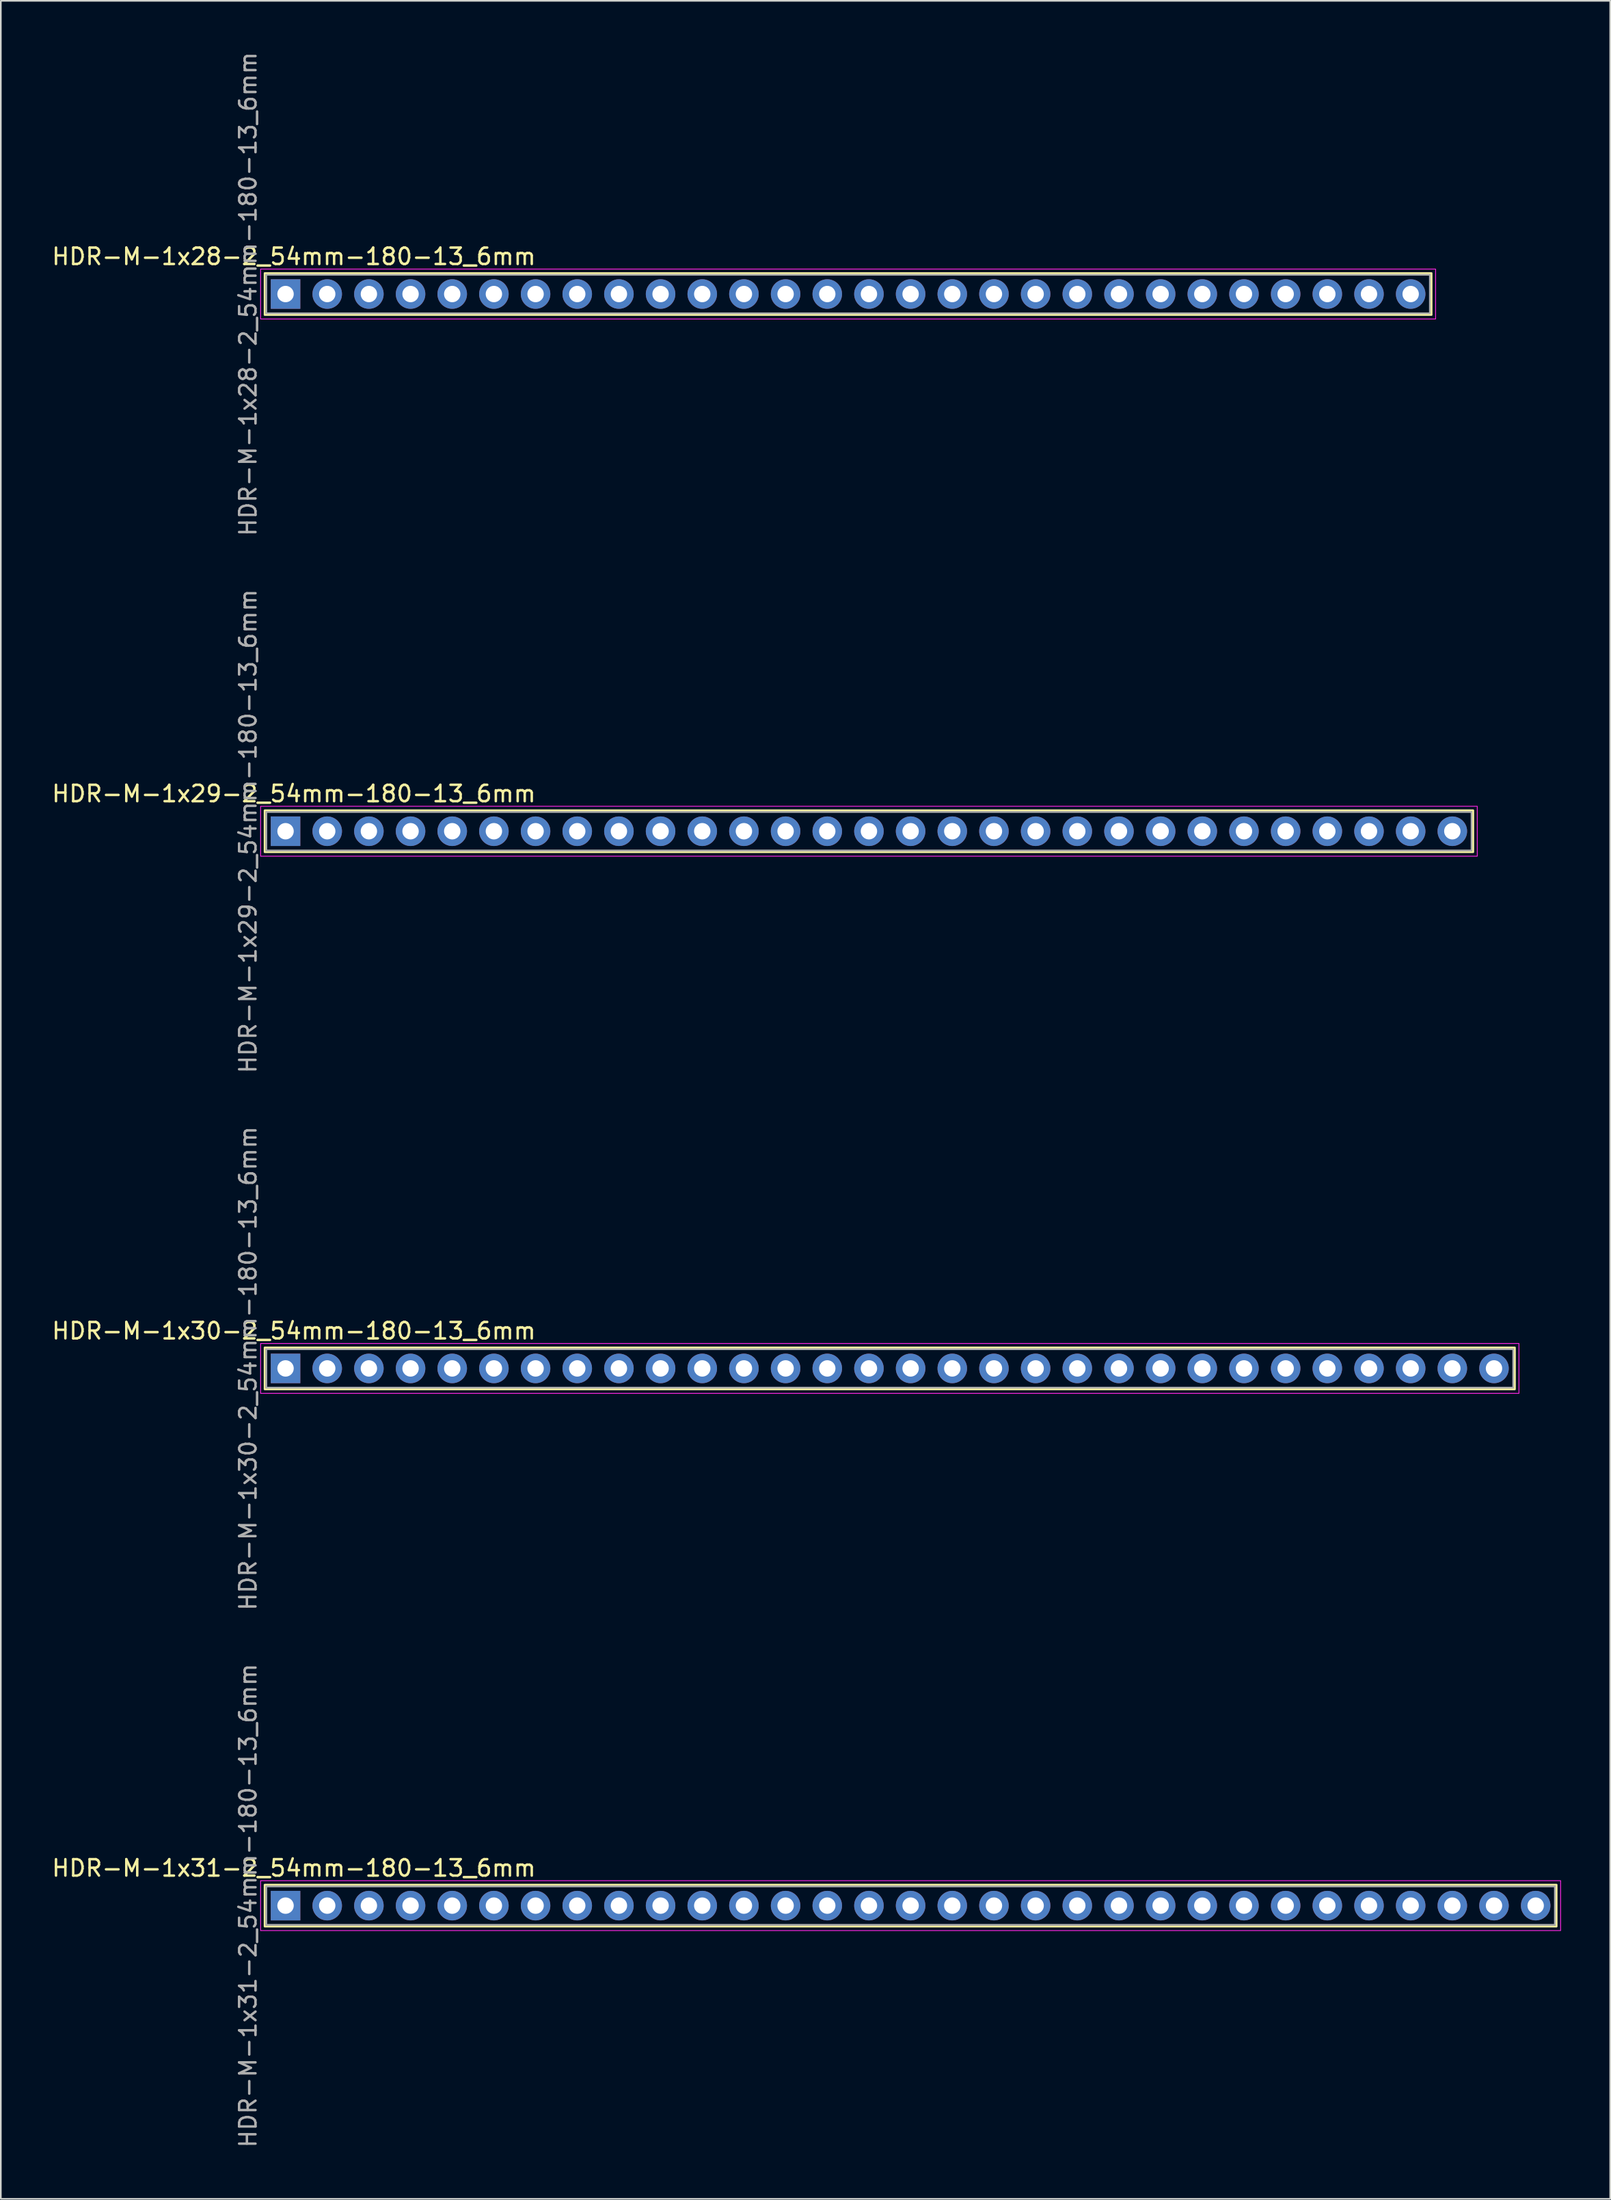
<source format=kicad_pcb>
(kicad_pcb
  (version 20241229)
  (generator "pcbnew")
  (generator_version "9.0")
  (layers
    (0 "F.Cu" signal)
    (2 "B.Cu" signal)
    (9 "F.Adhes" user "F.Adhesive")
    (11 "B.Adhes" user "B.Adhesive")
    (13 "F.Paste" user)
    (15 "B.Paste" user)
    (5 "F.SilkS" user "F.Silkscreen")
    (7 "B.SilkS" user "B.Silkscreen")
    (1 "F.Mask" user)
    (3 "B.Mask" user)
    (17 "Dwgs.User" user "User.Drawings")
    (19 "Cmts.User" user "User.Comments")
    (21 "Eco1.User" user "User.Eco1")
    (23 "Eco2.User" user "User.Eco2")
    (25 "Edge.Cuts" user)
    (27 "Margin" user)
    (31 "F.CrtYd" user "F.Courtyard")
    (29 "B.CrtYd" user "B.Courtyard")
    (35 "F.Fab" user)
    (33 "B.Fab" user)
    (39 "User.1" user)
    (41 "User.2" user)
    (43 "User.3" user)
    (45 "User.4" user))
  (footprint "HDR-M-1x29-2_54mm-180-13_6mm"
    (layer "F.Cu")
    (at 14.355 47.589)
    (property "Reference" "HDR-M-1x29-2_54mm-180-13_6mm" (at 0.508 -2.286 0) (unlocked yes) (layer "F.SilkS") (effects (font (size 1 1) (thickness 0.15))))
    (attr through_hole)
    (fp_rect (start -1.27 -1.27) (end 72.39 1.27) (stroke (width 0.12) (type solid)) (fill no) (layer "F.SilkS"))
    (fp_rect (start -1.52 -1.52) (end 72.64 1.52) (stroke (width 0.05) (type solid)) (fill no) (layer "F.CrtYd"))
    (fp_rect (start -1.17 -1.17) (end 72.29 1.17) (stroke (width 0.1) (type solid)) (fill no) (layer "F.Fab"))
    (fp_text user "${REFERENCE}" (at -2.286 0 90) (unlocked yes) (layer "F.Fab") (effects (font (size 1 1) (thickness 0.15))))
    (pad "1" thru_hole rect (at 0 0) (size 1.8 1.8) (drill 1) (layers "*.Cu" "*.Mask"))
    (pad "2" thru_hole circle (at 2.54 0) (size 1.8 1.8) (drill 1) (layers "*.Cu" "*.Mask"))
    (pad "3" thru_hole circle (at 5.08 0) (size 1.8 1.8) (drill 1) (layers "*.Cu" "*.Mask"))
    (pad "4" thru_hole circle (at 7.62 0) (size 1.8 1.8) (drill 1) (layers "*.Cu" "*.Mask"))
    (pad "5" thru_hole circle (at 10.16 0) (size 1.8 1.8) (drill 1) (layers "*.Cu" "*.Mask"))
    (pad "6" thru_hole circle (at 12.7 0) (size 1.8 1.8) (drill 1) (layers "*.Cu" "*.Mask"))
    (pad "7" thru_hole circle (at 15.24 0) (size 1.8 1.8) (drill 1) (layers "*.Cu" "*.Mask"))
    (pad "8" thru_hole circle (at 17.78 0) (size 1.8 1.8) (drill 1) (layers "*.Cu" "*.Mask"))
    (pad "9" thru_hole circle (at 20.32 0) (size 1.8 1.8) (drill 1) (layers "*.Cu" "*.Mask"))
    (pad "10" thru_hole circle (at 22.86 0) (size 1.8 1.8) (drill 1) (layers "*.Cu" "*.Mask"))
    (pad "11" thru_hole circle (at 25.4 0) (size 1.8 1.8) (drill 1) (layers "*.Cu" "*.Mask"))
    (pad "12" thru_hole circle (at 27.94 0) (size 1.8 1.8) (drill 1) (layers "*.Cu" "*.Mask"))
    (pad "13" thru_hole circle (at 30.48 0) (size 1.8 1.8) (drill 1) (layers "*.Cu" "*.Mask"))
    (pad "14" thru_hole circle (at 33.02 0) (size 1.8 1.8) (drill 1) (layers "*.Cu" "*.Mask"))
    (pad "15" thru_hole circle (at 35.56 0) (size 1.8 1.8) (drill 1) (layers "*.Cu" "*.Mask"))
    (pad "16" thru_hole circle (at 38.1 0) (size 1.8 1.8) (drill 1) (layers "*.Cu" "*.Mask"))
    (pad "17" thru_hole circle (at 40.64 0) (size 1.8 1.8) (drill 1) (layers "*.Cu" "*.Mask"))
    (pad "18" thru_hole circle (at 43.18 0) (size 1.8 1.8) (drill 1) (layers "*.Cu" "*.Mask"))
    (pad "19" thru_hole circle (at 45.72 0) (size 1.8 1.8) (drill 1) (layers "*.Cu" "*.Mask"))
    (pad "20" thru_hole circle (at 48.26 0) (size 1.8 1.8) (drill 1) (layers "*.Cu" "*.Mask"))
    (pad "21" thru_hole circle (at 50.8 0) (size 1.8 1.8) (drill 1) (layers "*.Cu" "*.Mask"))
    (pad "22" thru_hole circle (at 53.34 0) (size 1.8 1.8) (drill 1) (layers "*.Cu" "*.Mask"))
    (pad "23" thru_hole circle (at 55.88 0) (size 1.8 1.8) (drill 1) (layers "*.Cu" "*.Mask"))
    (pad "24" thru_hole circle (at 58.42 0) (size 1.8 1.8) (drill 1) (layers "*.Cu" "*.Mask"))
    (pad "25" thru_hole circle (at 60.96 0) (size 1.8 1.8) (drill 1) (layers "*.Cu" "*.Mask"))
    (pad "26" thru_hole circle (at 63.5 0) (size 1.8 1.8) (drill 1) (layers "*.Cu" "*.Mask"))
    (pad "27" thru_hole circle (at 66.04 0) (size 1.8 1.8) (drill 1) (layers "*.Cu" "*.Mask"))
    (pad "28" thru_hole circle (at 68.58 0) (size 1.8 1.8) (drill 1) (layers "*.Cu" "*.Mask"))
    (pad "29" thru_hole circle (at 71.12 0) (size 1.8 1.8) (drill 1) (layers "*.Cu" "*.Mask")))
  (footprint "HDR-M-1x31-2_54mm-180-13_6mm"
    (layer "F.Cu")
    (at 14.355 113.042)
    (property "Reference" "HDR-M-1x31-2_54mm-180-13_6mm" (at 0.508 -2.286 0) (unlocked yes) (layer "F.SilkS") (effects (font (size 1 1) (thickness 0.15))))
    (attr through_hole)
    (fp_rect (start -1.27 -1.27) (end 77.47 1.27) (stroke (width 0.12) (type solid)) (fill no) (layer "F.SilkS"))
    (fp_rect (start -1.52 -1.52) (end 77.72 1.52) (stroke (width 0.05) (type solid)) (fill no) (layer "F.CrtYd"))
    (fp_rect (start -1.17 -1.17) (end 77.37 1.17) (stroke (width 0.1) (type solid)) (fill no) (layer "F.Fab"))
    (fp_text user "${REFERENCE}" (at -2.286 0 90) (unlocked yes) (layer "F.Fab") (effects (font (size 1 1) (thickness 0.15))))
    (pad "1" thru_hole rect (at 0 0) (size 1.8 1.8) (drill 1) (layers "*.Cu" "*.Mask"))
    (pad "2" thru_hole circle (at 2.54 0) (size 1.8 1.8) (drill 1) (layers "*.Cu" "*.Mask"))
    (pad "3" thru_hole circle (at 5.08 0) (size 1.8 1.8) (drill 1) (layers "*.Cu" "*.Mask"))
    (pad "4" thru_hole circle (at 7.62 0) (size 1.8 1.8) (drill 1) (layers "*.Cu" "*.Mask"))
    (pad "5" thru_hole circle (at 10.16 0) (size 1.8 1.8) (drill 1) (layers "*.Cu" "*.Mask"))
    (pad "6" thru_hole circle (at 12.7 0) (size 1.8 1.8) (drill 1) (layers "*.Cu" "*.Mask"))
    (pad "7" thru_hole circle (at 15.24 0) (size 1.8 1.8) (drill 1) (layers "*.Cu" "*.Mask"))
    (pad "8" thru_hole circle (at 17.78 0) (size 1.8 1.8) (drill 1) (layers "*.Cu" "*.Mask"))
    (pad "9" thru_hole circle (at 20.32 0) (size 1.8 1.8) (drill 1) (layers "*.Cu" "*.Mask"))
    (pad "10" thru_hole circle (at 22.86 0) (size 1.8 1.8) (drill 1) (layers "*.Cu" "*.Mask"))
    (pad "11" thru_hole circle (at 25.4 0) (size 1.8 1.8) (drill 1) (layers "*.Cu" "*.Mask"))
    (pad "12" thru_hole circle (at 27.94 0) (size 1.8 1.8) (drill 1) (layers "*.Cu" "*.Mask"))
    (pad "13" thru_hole circle (at 30.48 0) (size 1.8 1.8) (drill 1) (layers "*.Cu" "*.Mask"))
    (pad "14" thru_hole circle (at 33.02 0) (size 1.8 1.8) (drill 1) (layers "*.Cu" "*.Mask"))
    (pad "15" thru_hole circle (at 35.56 0) (size 1.8 1.8) (drill 1) (layers "*.Cu" "*.Mask"))
    (pad "16" thru_hole circle (at 38.1 0) (size 1.8 1.8) (drill 1) (layers "*.Cu" "*.Mask"))
    (pad "17" thru_hole circle (at 40.64 0) (size 1.8 1.8) (drill 1) (layers "*.Cu" "*.Mask"))
    (pad "18" thru_hole circle (at 43.18 0) (size 1.8 1.8) (drill 1) (layers "*.Cu" "*.Mask"))
    (pad "19" thru_hole circle (at 45.72 0) (size 1.8 1.8) (drill 1) (layers "*.Cu" "*.Mask"))
    (pad "20" thru_hole circle (at 48.26 0) (size 1.8 1.8) (drill 1) (layers "*.Cu" "*.Mask"))
    (pad "21" thru_hole circle (at 50.8 0) (size 1.8 1.8) (drill 1) (layers "*.Cu" "*.Mask"))
    (pad "22" thru_hole circle (at 53.34 0) (size 1.8 1.8) (drill 1) (layers "*.Cu" "*.Mask"))
    (pad "23" thru_hole circle (at 55.88 0) (size 1.8 1.8) (drill 1) (layers "*.Cu" "*.Mask"))
    (pad "24" thru_hole circle (at 58.42 0) (size 1.8 1.8) (drill 1) (layers "*.Cu" "*.Mask"))
    (pad "25" thru_hole circle (at 60.96 0) (size 1.8 1.8) (drill 1) (layers "*.Cu" "*.Mask"))
    (pad "26" thru_hole circle (at 63.5 0) (size 1.8 1.8) (drill 1) (layers "*.Cu" "*.Mask"))
    (pad "27" thru_hole circle (at 66.04 0) (size 1.8 1.8) (drill 1) (layers "*.Cu" "*.Mask"))
    (pad "28" thru_hole circle (at 68.58 0) (size 1.8 1.8) (drill 1) (layers "*.Cu" "*.Mask"))
    (pad "29" thru_hole circle (at 71.12 0) (size 1.8 1.8) (drill 1) (layers "*.Cu" "*.Mask"))
    (pad "30" thru_hole circle (at 73.66 0) (size 1.8 1.8) (drill 1) (layers "*.Cu" "*.Mask"))
    (pad "31" thru_hole circle (at 76.2 0) (size 1.8 1.8) (drill 1) (layers "*.Cu" "*.Mask")))
  (footprint "HDR-M-1x28-2_54mm-180-13_6mm"
    (layer "F.Cu")
    (at 14.355 14.863)
    (property "Reference" "HDR-M-1x28-2_54mm-180-13_6mm" (at 0.508 -2.286 0) (unlocked yes) (layer "F.SilkS") (effects (font (size 1 1) (thickness 0.15))))
    (attr through_hole)
    (fp_rect (start -1.27 -1.27) (end 69.85 1.27) (stroke (width 0.12) (type solid)) (fill no) (layer "F.SilkS"))
    (fp_rect (start -1.52 -1.52) (end 70.1 1.52) (stroke (width 0.05) (type solid)) (fill no) (layer "F.CrtYd"))
    (fp_rect (start -1.17 -1.17) (end 69.75 1.17) (stroke (width 0.1) (type solid)) (fill no) (layer "F.Fab"))
    (fp_text user "${REFERENCE}" (at -2.286 0 90) (unlocked yes) (layer "F.Fab") (effects (font (size 1 1) (thickness 0.15))))
    (pad "1" thru_hole rect (at 0 0) (size 1.8 1.8) (drill 1) (layers "*.Cu" "*.Mask"))
    (pad "2" thru_hole circle (at 2.54 0) (size 1.8 1.8) (drill 1) (layers "*.Cu" "*.Mask"))
    (pad "3" thru_hole circle (at 5.08 0) (size 1.8 1.8) (drill 1) (layers "*.Cu" "*.Mask"))
    (pad "4" thru_hole circle (at 7.62 0) (size 1.8 1.8) (drill 1) (layers "*.Cu" "*.Mask"))
    (pad "5" thru_hole circle (at 10.16 0) (size 1.8 1.8) (drill 1) (layers "*.Cu" "*.Mask"))
    (pad "6" thru_hole circle (at 12.7 0) (size 1.8 1.8) (drill 1) (layers "*.Cu" "*.Mask"))
    (pad "7" thru_hole circle (at 15.24 0) (size 1.8 1.8) (drill 1) (layers "*.Cu" "*.Mask"))
    (pad "8" thru_hole circle (at 17.78 0) (size 1.8 1.8) (drill 1) (layers "*.Cu" "*.Mask"))
    (pad "9" thru_hole circle (at 20.32 0) (size 1.8 1.8) (drill 1) (layers "*.Cu" "*.Mask"))
    (pad "10" thru_hole circle (at 22.86 0) (size 1.8 1.8) (drill 1) (layers "*.Cu" "*.Mask"))
    (pad "11" thru_hole circle (at 25.4 0) (size 1.8 1.8) (drill 1) (layers "*.Cu" "*.Mask"))
    (pad "12" thru_hole circle (at 27.94 0) (size 1.8 1.8) (drill 1) (layers "*.Cu" "*.Mask"))
    (pad "13" thru_hole circle (at 30.48 0) (size 1.8 1.8) (drill 1) (layers "*.Cu" "*.Mask"))
    (pad "14" thru_hole circle (at 33.02 0) (size 1.8 1.8) (drill 1) (layers "*.Cu" "*.Mask"))
    (pad "15" thru_hole circle (at 35.56 0) (size 1.8 1.8) (drill 1) (layers "*.Cu" "*.Mask"))
    (pad "16" thru_hole circle (at 38.1 0) (size 1.8 1.8) (drill 1) (layers "*.Cu" "*.Mask"))
    (pad "17" thru_hole circle (at 40.64 0) (size 1.8 1.8) (drill 1) (layers "*.Cu" "*.Mask"))
    (pad "18" thru_hole circle (at 43.18 0) (size 1.8 1.8) (drill 1) (layers "*.Cu" "*.Mask"))
    (pad "19" thru_hole circle (at 45.72 0) (size 1.8 1.8) (drill 1) (layers "*.Cu" "*.Mask"))
    (pad "20" thru_hole circle (at 48.26 0) (size 1.8 1.8) (drill 1) (layers "*.Cu" "*.Mask"))
    (pad "21" thru_hole circle (at 50.8 0) (size 1.8 1.8) (drill 1) (layers "*.Cu" "*.Mask"))
    (pad "22" thru_hole circle (at 53.34 0) (size 1.8 1.8) (drill 1) (layers "*.Cu" "*.Mask"))
    (pad "23" thru_hole circle (at 55.88 0) (size 1.8 1.8) (drill 1) (layers "*.Cu" "*.Mask"))
    (pad "24" thru_hole circle (at 58.42 0) (size 1.8 1.8) (drill 1) (layers "*.Cu" "*.Mask"))
    (pad "25" thru_hole circle (at 60.96 0) (size 1.8 1.8) (drill 1) (layers "*.Cu" "*.Mask"))
    (pad "26" thru_hole circle (at 63.5 0) (size 1.8 1.8) (drill 1) (layers "*.Cu" "*.Mask"))
    (pad "27" thru_hole circle (at 66.04 0) (size 1.8 1.8) (drill 1) (layers "*.Cu" "*.Mask"))
    (pad "28" thru_hole circle (at 68.58 0) (size 1.8 1.8) (drill 1) (layers "*.Cu" "*.Mask")))
  (footprint "HDR-M-1x30-2_54mm-180-13_6mm"
    (layer "F.Cu")
    (at 14.355 80.315)
    (property "Reference" "HDR-M-1x30-2_54mm-180-13_6mm" (at 0.508 -2.286 0) (unlocked yes) (layer "F.SilkS") (effects (font (size 1 1) (thickness 0.15))))
    (attr through_hole)
    (fp_rect (start -1.27 -1.27) (end 74.93 1.27) (stroke (width 0.12) (type solid)) (fill no) (layer "F.SilkS"))
    (fp_rect (start -1.52 -1.52) (end 75.18 1.52) (stroke (width 0.05) (type solid)) (fill no) (layer "F.CrtYd"))
    (fp_rect (start -1.17 -1.17) (end 74.83 1.17) (stroke (width 0.1) (type solid)) (fill no) (layer "F.Fab"))
    (fp_text user "${REFERENCE}" (at -2.286 0 90) (unlocked yes) (layer "F.Fab") (effects (font (size 1 1) (thickness 0.15))))
    (pad "1" thru_hole rect (at 0 0) (size 1.8 1.8) (drill 1) (layers "*.Cu" "*.Mask"))
    (pad "2" thru_hole circle (at 2.54 0) (size 1.8 1.8) (drill 1) (layers "*.Cu" "*.Mask"))
    (pad "3" thru_hole circle (at 5.08 0) (size 1.8 1.8) (drill 1) (layers "*.Cu" "*.Mask"))
    (pad "4" thru_hole circle (at 7.62 0) (size 1.8 1.8) (drill 1) (layers "*.Cu" "*.Mask"))
    (pad "5" thru_hole circle (at 10.16 0) (size 1.8 1.8) (drill 1) (layers "*.Cu" "*.Mask"))
    (pad "6" thru_hole circle (at 12.7 0) (size 1.8 1.8) (drill 1) (layers "*.Cu" "*.Mask"))
    (pad "7" thru_hole circle (at 15.24 0) (size 1.8 1.8) (drill 1) (layers "*.Cu" "*.Mask"))
    (pad "8" thru_hole circle (at 17.78 0) (size 1.8 1.8) (drill 1) (layers "*.Cu" "*.Mask"))
    (pad "9" thru_hole circle (at 20.32 0) (size 1.8 1.8) (drill 1) (layers "*.Cu" "*.Mask"))
    (pad "10" thru_hole circle (at 22.86 0) (size 1.8 1.8) (drill 1) (layers "*.Cu" "*.Mask"))
    (pad "11" thru_hole circle (at 25.4 0) (size 1.8 1.8) (drill 1) (layers "*.Cu" "*.Mask"))
    (pad "12" thru_hole circle (at 27.94 0) (size 1.8 1.8) (drill 1) (layers "*.Cu" "*.Mask"))
    (pad "13" thru_hole circle (at 30.48 0) (size 1.8 1.8) (drill 1) (layers "*.Cu" "*.Mask"))
    (pad "14" thru_hole circle (at 33.02 0) (size 1.8 1.8) (drill 1) (layers "*.Cu" "*.Mask"))
    (pad "15" thru_hole circle (at 35.56 0) (size 1.8 1.8) (drill 1) (layers "*.Cu" "*.Mask"))
    (pad "16" thru_hole circle (at 38.1 0) (size 1.8 1.8) (drill 1) (layers "*.Cu" "*.Mask"))
    (pad "17" thru_hole circle (at 40.64 0) (size 1.8 1.8) (drill 1) (layers "*.Cu" "*.Mask"))
    (pad "18" thru_hole circle (at 43.18 0) (size 1.8 1.8) (drill 1) (layers "*.Cu" "*.Mask"))
    (pad "19" thru_hole circle (at 45.72 0) (size 1.8 1.8) (drill 1) (layers "*.Cu" "*.Mask"))
    (pad "20" thru_hole circle (at 48.26 0) (size 1.8 1.8) (drill 1) (layers "*.Cu" "*.Mask"))
    (pad "21" thru_hole circle (at 50.8 0) (size 1.8 1.8) (drill 1) (layers "*.Cu" "*.Mask"))
    (pad "22" thru_hole circle (at 53.34 0) (size 1.8 1.8) (drill 1) (layers "*.Cu" "*.Mask"))
    (pad "23" thru_hole circle (at 55.88 0) (size 1.8 1.8) (drill 1) (layers "*.Cu" "*.Mask"))
    (pad "24" thru_hole circle (at 58.42 0) (size 1.8 1.8) (drill 1) (layers "*.Cu" "*.Mask"))
    (pad "25" thru_hole circle (at 60.96 0) (size 1.8 1.8) (drill 1) (layers "*.Cu" "*.Mask"))
    (pad "26" thru_hole circle (at 63.5 0) (size 1.8 1.8) (drill 1) (layers "*.Cu" "*.Mask"))
    (pad "27" thru_hole circle (at 66.04 0) (size 1.8 1.8) (drill 1) (layers "*.Cu" "*.Mask"))
    (pad "28" thru_hole circle (at 68.58 0) (size 1.8 1.8) (drill 1) (layers "*.Cu" "*.Mask"))
    (pad "29" thru_hole circle (at 71.12 0) (size 1.8 1.8) (drill 1) (layers "*.Cu" "*.Mask"))
    (pad "30" thru_hole circle (at 73.66 0) (size 1.8 1.8) (drill 1) (layers "*.Cu" "*.Mask")))
  (gr_rect
    (start -3 -3)
    (end 95.1 130.905)
    (stroke (width 0.1) (type default))
    (fill no)
    (layer "Edge.Cuts")))
</source>
